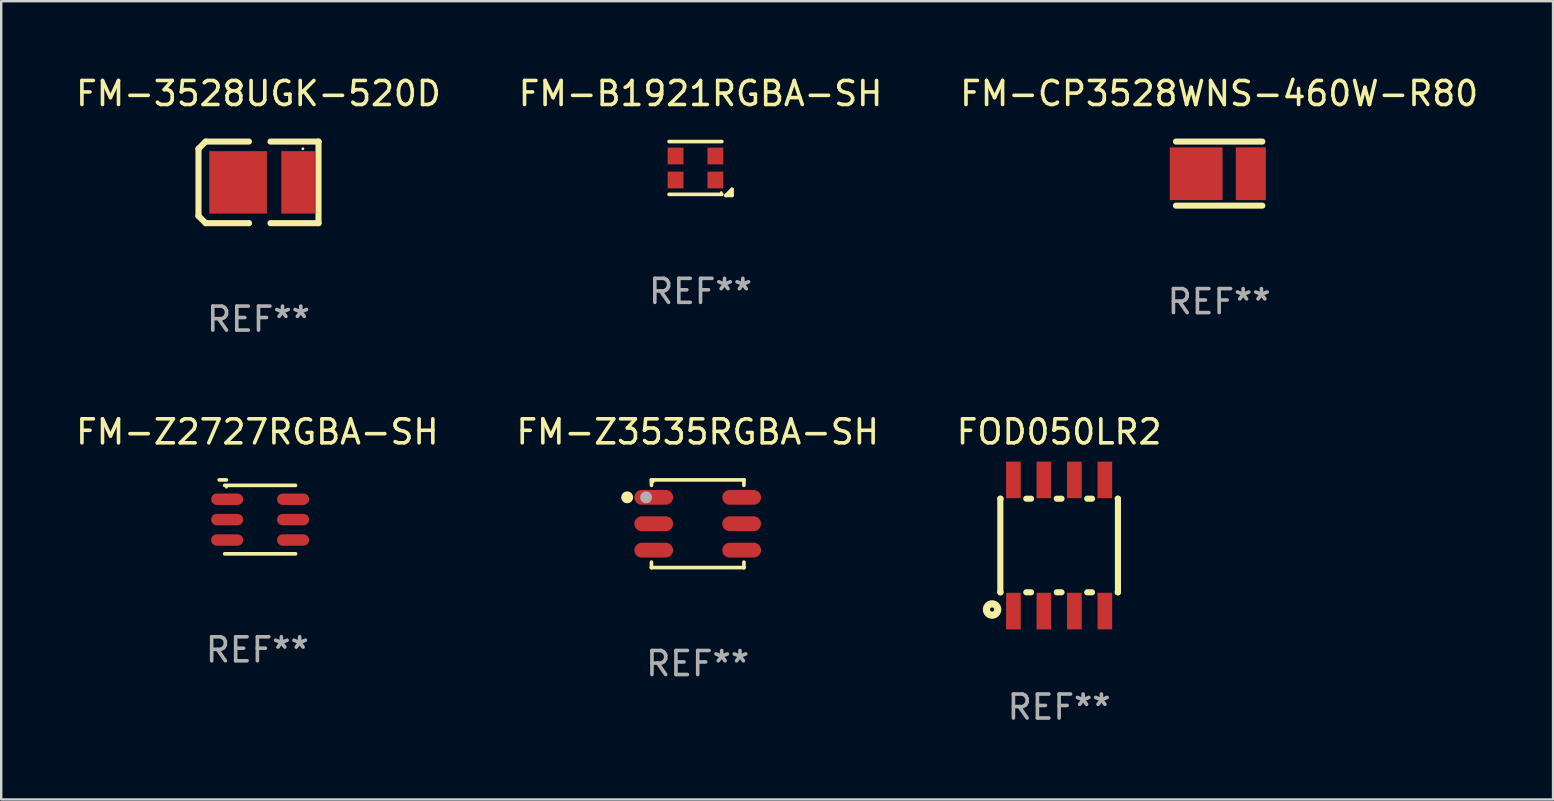
<source format=kicad_pcb>
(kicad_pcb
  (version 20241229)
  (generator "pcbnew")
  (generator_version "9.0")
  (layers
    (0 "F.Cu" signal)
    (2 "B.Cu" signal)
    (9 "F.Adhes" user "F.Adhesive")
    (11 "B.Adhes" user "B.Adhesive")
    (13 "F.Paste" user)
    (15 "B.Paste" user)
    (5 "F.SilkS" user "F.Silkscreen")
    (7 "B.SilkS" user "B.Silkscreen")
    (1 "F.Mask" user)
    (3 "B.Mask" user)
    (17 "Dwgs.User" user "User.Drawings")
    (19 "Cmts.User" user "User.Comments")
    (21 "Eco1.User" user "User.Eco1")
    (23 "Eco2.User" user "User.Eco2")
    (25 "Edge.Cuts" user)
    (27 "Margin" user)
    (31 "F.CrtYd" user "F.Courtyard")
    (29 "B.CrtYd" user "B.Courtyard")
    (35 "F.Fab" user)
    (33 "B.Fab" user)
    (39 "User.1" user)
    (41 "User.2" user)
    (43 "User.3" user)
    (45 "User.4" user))
  (footprint "FM-Z2727RGBA-SH"
    (layer "F.Cu")
    (at 7.673 18.485)
    (property "Reference" "FM-Z2727RGBA-SH" (at 0 -3.541 0) (layer "F.SilkS") (effects (font (size 1 1) (thickness 0.15))))
    (attr through_hole)
    (fp_line (start -1.591 -1.54) (end -1.29 -1.54) (stroke (width 0.152) (type solid)) (layer "F.SilkS"))
    (fp_line (start -1.362 -1.312) (end 1.591 -1.312) (stroke (width 0.152) (type solid)) (layer "F.SilkS"))
    (fp_line (start -1.362 1.54) (end 1.591 1.54) (stroke (width 0.152) (type solid)) (layer "F.SilkS"))
    (fp_circle (center -1.286 -1.236) (end -1.256 -1.236) (stroke (width 0.06) (type solid)) (fill no) (layer "F.SilkS"))
    (fp_text user "REF**" (at 0 5.54 0) (layer "F.Fab") (effects (font (size 1 1) (thickness 0.15))))
    (pad "1" smd oval (at -1.258 -0.736 270) (size 0.476 1.335) (layers "F.Cu" "F.Mask" "F.Paste"))
    (pad "2" smd oval (at -1.258 0.114 270) (size 0.476 1.335) (layers "F.Cu" "F.Mask" "F.Paste"))
    (pad "3" smd oval (at -1.258 0.964 270) (size 0.476 1.335) (layers "F.Cu" "F.Mask" "F.Paste"))
    (pad "4" smd oval (at 1.487 0.964 270) (size 0.476 1.335) (layers "F.Cu" "F.Mask" "F.Paste"))
    (pad "5" smd oval (at 1.487 0.114 270) (size 0.476 1.335) (layers "F.Cu" "F.Mask" "F.Paste"))
    (pad "6" smd oval (at 1.487 -0.736 270) (size 0.476 1.335) (layers "F.Cu" "F.Mask" "F.Paste")))
  (footprint "FM-B1921RGBA-SH"
    (layer "F.Cu")
    (at 26.137 3.97)
    (property "Reference" "FM-B1921RGBA-SH" (at 0 -3.122 0) (layer "F.SilkS") (effects (font (size 1 1) (thickness 0.15))))
    (attr through_hole)
    (fp_line (start -1.312 -1.122) (end 0.888 -1.122) (stroke (width 0.152) (type solid)) (layer "F.SilkS"))
    (fp_line (start -1.312 1.078) (end 0.888 1.078) (stroke (width 0.152) (type solid)) (layer "F.SilkS"))
    (fp_line (start 1.058 1.122) (end 1.312 1.122) (stroke (width 0.152) (type solid)) (layer "F.SilkS"))
    (fp_line (start 1.312 0.868) (end 1.058 1.122) (stroke (width 0.152) (type solid)) (layer "F.SilkS"))
    (fp_line (start 1.312 1.122) (end 1.312 0.868) (stroke (width 0.152) (type solid)) (layer "F.SilkS"))
    (fp_circle (center 0.863 1.004) (end 0.893 1.004) (stroke (width 0.06) (type solid)) (fill no) (layer "F.SilkS"))
    (fp_text user "REF**" (at 0 5.122 0) (layer "F.Fab") (effects (font (size 1 1) (thickness 0.15))))
    (pad "1" smd rect (at 0.618 0.479) (size 0.66 0.7) (layers "F.Cu" "F.Mask" "F.Paste"))
    (pad "2" smd rect (at 0.618 -0.521) (size 0.66 0.7) (layers "F.Cu" "F.Mask" "F.Paste"))
    (pad "3" smd rect (at -1.042 -0.521) (size 0.66 0.7) (layers "F.Cu" "F.Mask" "F.Paste"))
    (pad "4" smd rect (at -1.042 0.479) (size 0.66 0.7) (layers "F.Cu" "F.Mask" "F.Paste")))
  (footprint "FM-CP3528WNS-460W-R80"
    (layer "F.Cu")
    (at 47.744 4.183)
    (property "Reference" "FM-CP3528WNS-460W-R80" (at 0 -3.335 0) (layer "F.SilkS") (effects (font (size 1 1) (thickness 0.15))))
    (attr through_hole)
    (fp_line (start -1.8 -1.335) (end 1.8 -1.335) (stroke (width 0.254) (type solid)) (layer "F.SilkS"))
    (fp_line (start 1.8 1.335) (end -1.8 1.335) (stroke (width 0.254) (type solid)) (layer "F.SilkS"))
    (fp_circle (center 1.68 -1.395) (end 1.71 -1.395) (stroke (width 0.06) (type solid)) (fill no) (layer "F.SilkS"))
    (fp_text user "REF**" (at 0 5.335 0) (layer "F.Fab") (effects (font (size 1 1) (thickness 0.15))))
    (pad "1" smd rect (at 1.318 0.005) (size 1.25 2.2) (layers "F.Cu" "F.Mask" "F.Paste"))
    (pad "2" smd rect (at -0.958 0.005) (size 2.2 2.2) (layers "F.Cu" "F.Mask" "F.Paste")))
  (footprint "FOD050LR2"
    (layer "F.Cu")
    (at 41.077 19.677)
    (property "Reference" "FOD050LR2" (at 0 -4.733 0) (layer "F.SilkS") (effects (font (size 1 1) (thickness 0.15))))
    (attr through_hole)
    (fp_line (start -2.45 -1.95) (end -2.45 1.95) (stroke (width 0.254) (type solid)) (layer "F.SilkS"))
    (fp_line (start -2.44 -1.95) (end -2.45 -1.95) (stroke (width 0.254) (type solid)) (layer "F.SilkS"))
    (fp_line (start -2.44 1.95) (end -2.45 1.95) (stroke (width 0.254) (type solid)) (layer "F.SilkS"))
    (fp_line (start -1.17 -1.95) (end -1.37 -1.95) (stroke (width 0.254) (type solid)) (layer "F.SilkS"))
    (fp_line (start -1.17 1.95) (end -1.37 1.95) (stroke (width 0.254) (type solid)) (layer "F.SilkS"))
    (fp_line (start 0.1 -1.95) (end -0.1 -1.95) (stroke (width 0.254) (type solid)) (layer "F.SilkS"))
    (fp_line (start 0.1 1.95) (end -0.1 1.95) (stroke (width 0.254) (type solid)) (layer "F.SilkS"))
    (fp_line (start 1.37 -1.95) (end 1.17 -1.95) (stroke (width 0.254) (type solid)) (layer "F.SilkS"))
    (fp_line (start 1.37 1.95) (end 1.17 1.95) (stroke (width 0.254) (type solid)) (layer "F.SilkS"))
    (fp_line (start 2.45 -1.95) (end 2.44 -1.95) (stroke (width 0.254) (type solid)) (layer "F.SilkS"))
    (fp_line (start 2.45 -1.95) (end 2.45 1.95) (stroke (width 0.254) (type solid)) (layer "F.SilkS"))
    (fp_line (start 2.45 1.95) (end 2.44 1.95) (stroke (width 0.254) (type solid)) (layer "F.SilkS"))
    (fp_circle (center -2.794 2.667) (end -2.558 2.667) (stroke (width 0.3) (type solid)) (fill no) (layer "F.SilkS"))
    (fp_text user "REF**" (at 0 6.733 0) (layer "F.Fab") (effects (font (size 1 1) (thickness 0.15))))
    (pad "1" smd rect (at -1.905 2.733) (size 0.61 1.525) (layers "F.Cu" "F.Mask" "F.Paste"))
    (pad "2" smd rect (at -0.635 2.733) (size 0.61 1.525) (layers "F.Cu" "F.Mask" "F.Paste"))
    (pad "3" smd rect (at 0.635 2.733) (size 0.61 1.525) (layers "F.Cu" "F.Mask" "F.Paste"))
    (pad "4" smd rect (at 1.905 2.733) (size 0.61 1.525) (layers "F.Cu" "F.Mask" "F.Paste"))
    (pad "5" smd rect (at 1.905 -2.733) (size 0.61 1.525) (layers "F.Cu" "F.Mask" "F.Paste"))
    (pad "6" smd rect (at 0.635 -2.733) (size 0.61 1.525) (layers "F.Cu" "F.Mask" "F.Paste"))
    (pad "7" smd rect (at -0.635 -2.733) (size 0.61 1.525) (layers "F.Cu" "F.Mask" "F.Paste"))
    (pad "8" smd rect (at -1.905 -2.733) (size 0.61 1.525) (layers "F.Cu" "F.Mask" "F.Paste")))
  (footprint "FM-Z3535RGBA-SH"
    (layer "F.Cu")
    (at 26.018 18.771)
    (property "Reference" "FM-Z3535RGBA-SH" (at 0 -3.826 0) (layer "F.SilkS") (effects (font (size 1 1) (thickness 0.15))))
    (attr through_hole)
    (fp_line (start -1.926 -1.826) (end -1.926 -1.826) (stroke (width 0.152) (type solid)) (layer "F.SilkS"))
    (fp_line (start -1.926 -1.826) (end 1.926 -1.826) (stroke (width 0.152) (type solid)) (layer "F.SilkS"))
    (fp_line (start -1.926 -1.599) (end -1.926 -1.826) (stroke (width 0.152) (type solid)) (layer "F.SilkS"))
    (fp_line (start -1.926 1.599) (end -1.926 1.826) (stroke (width 0.152) (type solid)) (layer "F.SilkS"))
    (fp_line (start -1.926 1.826) (end -1.926 1.826) (stroke (width 0.152) (type solid)) (layer "F.SilkS"))
    (fp_line (start -1.926 1.826) (end 1.926 1.826) (stroke (width 0.152) (type solid)) (layer "F.SilkS"))
    (fp_line (start 1.926 -1.826) (end 1.926 -1.826) (stroke (width 0.152) (type solid)) (layer "F.SilkS"))
    (fp_line (start 1.926 -1.826) (end 1.926 -1.599) (stroke (width 0.152) (type solid)) (layer "F.SilkS"))
    (fp_line (start 1.926 1.826) (end 1.926 1.599) (stroke (width 0.152) (type solid)) (layer "F.SilkS"))
    (fp_line (start 1.926 1.826) (end 1.926 1.826) (stroke (width 0.152) (type solid)) (layer "F.SilkS"))
    (fp_circle (center -2.938 -1.1) (end -2.813 -1.1) (stroke (width 0.25) (type solid)) (fill no) (layer "F.SilkS"))
    (fp_circle (center -1.85 -1.75) (end -1.82 -1.75) (stroke (width 0.06) (type solid)) (fill no) (layer "F.SilkS"))
    (fp_circle (center -2.15 -1.1) (end -2.025 -1.1) (stroke (width 0.25) (type solid)) (fill no) (layer "F.Fab"))
    (fp_text user "REF**" (at 0 5.826 0) (layer "F.Fab") (effects (font (size 1 1) (thickness 0.15))))
    (pad "1" smd oval (at -1.832 -1.1 270) (size 0.616 1.613) (layers "F.Cu" "F.Mask" "F.Paste"))
    (pad "2" smd oval (at -1.832 0 270) (size 0.616 1.613) (layers "F.Cu" "F.Mask" "F.Paste"))
    (pad "3" smd oval (at -1.832 1.1 270) (size 0.616 1.613) (layers "F.Cu" "F.Mask" "F.Paste"))
    (pad "4" smd oval (at 1.832 1.1 270) (size 0.616 1.613) (layers "F.Cu" "F.Mask" "F.Paste"))
    (pad "5" smd oval (at 1.832 0 270) (size 0.616 1.613) (layers "F.Cu" "F.Mask" "F.Paste"))
    (pad "6" smd oval (at 1.832 -1.1 270) (size 0.616 1.613) (layers "F.Cu" "F.Mask" "F.Paste")))
  (footprint "FM-3528UGK-520D"
    (layer "F.Cu")
    (at 7.72 4.548)
    (property "Reference" "FM-3528UGK-520D" (at 0 -3.7 0) (layer "F.SilkS") (effects (font (size 1 1) (thickness 0.15))))
    (attr through_hole)
    (fp_line (start -2.5 1.4) (end -2.2 1.7) (stroke (width 0.254) (type solid)) (layer "F.SilkS"))
    (fp_line (start -2.5 -1.4) (end -2.5 1.4) (stroke (width 0.254) (type solid)) (layer "F.SilkS"))
    (fp_line (start -2.2 1.7) (end -0.4 1.7) (stroke (width 0.254) (type solid)) (layer "F.SilkS"))
    (fp_line (start -2.2 -1.7) (end -2.5 -1.4) (stroke (width 0.254) (type solid)) (layer "F.SilkS"))
    (fp_line (start -0.4 -1.7) (end -2.2 -1.7) (stroke (width 0.254) (type solid)) (layer "F.SilkS"))
    (fp_line (start -0.4 1.7) (end -0.4 1.7) (stroke (width 0.254) (type solid)) (layer "F.SilkS"))
    (fp_line (start 0.5 -1.7) (end 2.5 -1.7) (stroke (width 0.254) (type solid)) (layer "F.SilkS"))
    (fp_line (start 2.5 -1.7) (end 2.5 1.7) (stroke (width 0.254) (type solid)) (layer "F.SilkS"))
    (fp_line (start 2.5 1.7) (end 0.5 1.7) (stroke (width 0.254) (type solid)) (layer "F.SilkS"))
    (fp_circle (center 1.85 -1.4) (end 1.88 -1.4) (stroke (width 0.06) (type solid)) (fill no) (layer "F.SilkS"))
    (fp_text user "REF**" (at 0 5.7 0) (layer "F.Fab") (effects (font (size 1 1) (thickness 0.15))))
    (pad "1" smd rect (at 1.65 0 180) (size 1.4 2.6) (layers "F.Cu" "F.Mask" "F.Paste"))
    (pad "2" smd rect (at -0.85 0) (size 2.4 2.6) (layers "F.Cu" "F.Mask" "F.Paste")))
  (gr_rect
    (start -3 -3)
    (end 61.655 30.258)
    (stroke (width 0.1) (type default))
    (fill no)
    (layer "Edge.Cuts")))
</source>
